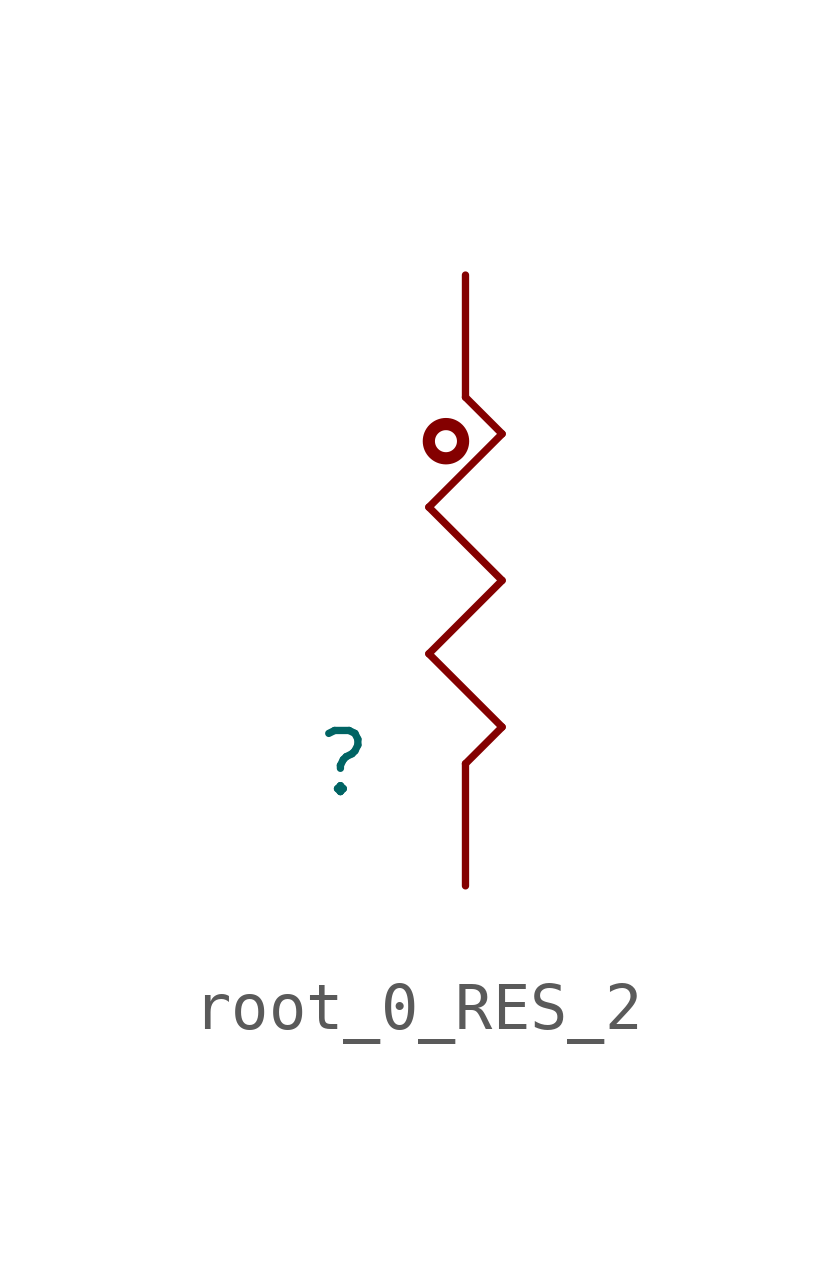
<source format=kicad_sym>
(kicad_symbol_lib
  (version 20220914)
  (generator kicad_symbol_editor)
  (symbol "root_0_RES_2"
    (property "Reference" ""
      (at 0 0 0)
      (effects (font (size 1.27 1.27))))
    (property "Value" ""
      (at 0 0 0)
      (effects (font (size 1.27 1.27))))
    (symbol "root_0_RES_2_1_0"
      (polyline (pts (xy 1.778 2.286) (xy 3.302 0.762)) (stroke (width 0) (type solid)) (fill (type none)))
      (polyline (pts (xy 1.778 5.334) (xy 3.302 3.81)) (stroke (width 0) (type solid)) (fill (type none)))
      (polyline (pts (xy 2.54 7.62) (xy 3.302 6.858)) (stroke (width 0) (type solid)) (fill (type none)))
      (polyline (pts (xy 3.302 0.762) (xy 2.54 0)) (stroke (width 0) (type solid)) (fill (type none)))
      (polyline (pts (xy 3.302 3.81) (xy 1.778 2.286)) (stroke (width 0) (type solid)) (fill (type none)))
      (polyline (pts (xy 3.302 6.858) (xy 1.778 5.334)) (stroke (width 0) (type solid)) (fill (type none)))
      (circle (center 2.134 6.706) (radius 0.356) (stroke (width 0.254) (type solid)) (fill (type none)))
      (pin passive line (at 2.54 10.16 270) (length 2.54) (name "1" (effects (font (size 0 0)))) (number "1" (effects (font (size 0 0)))))
      (pin passive line (at 2.54 -2.54 90) (length 2.54) (name "2" (effects (font (size 0 0)))) (number "2" (effects (font (size 0 0))))))))
</source>
